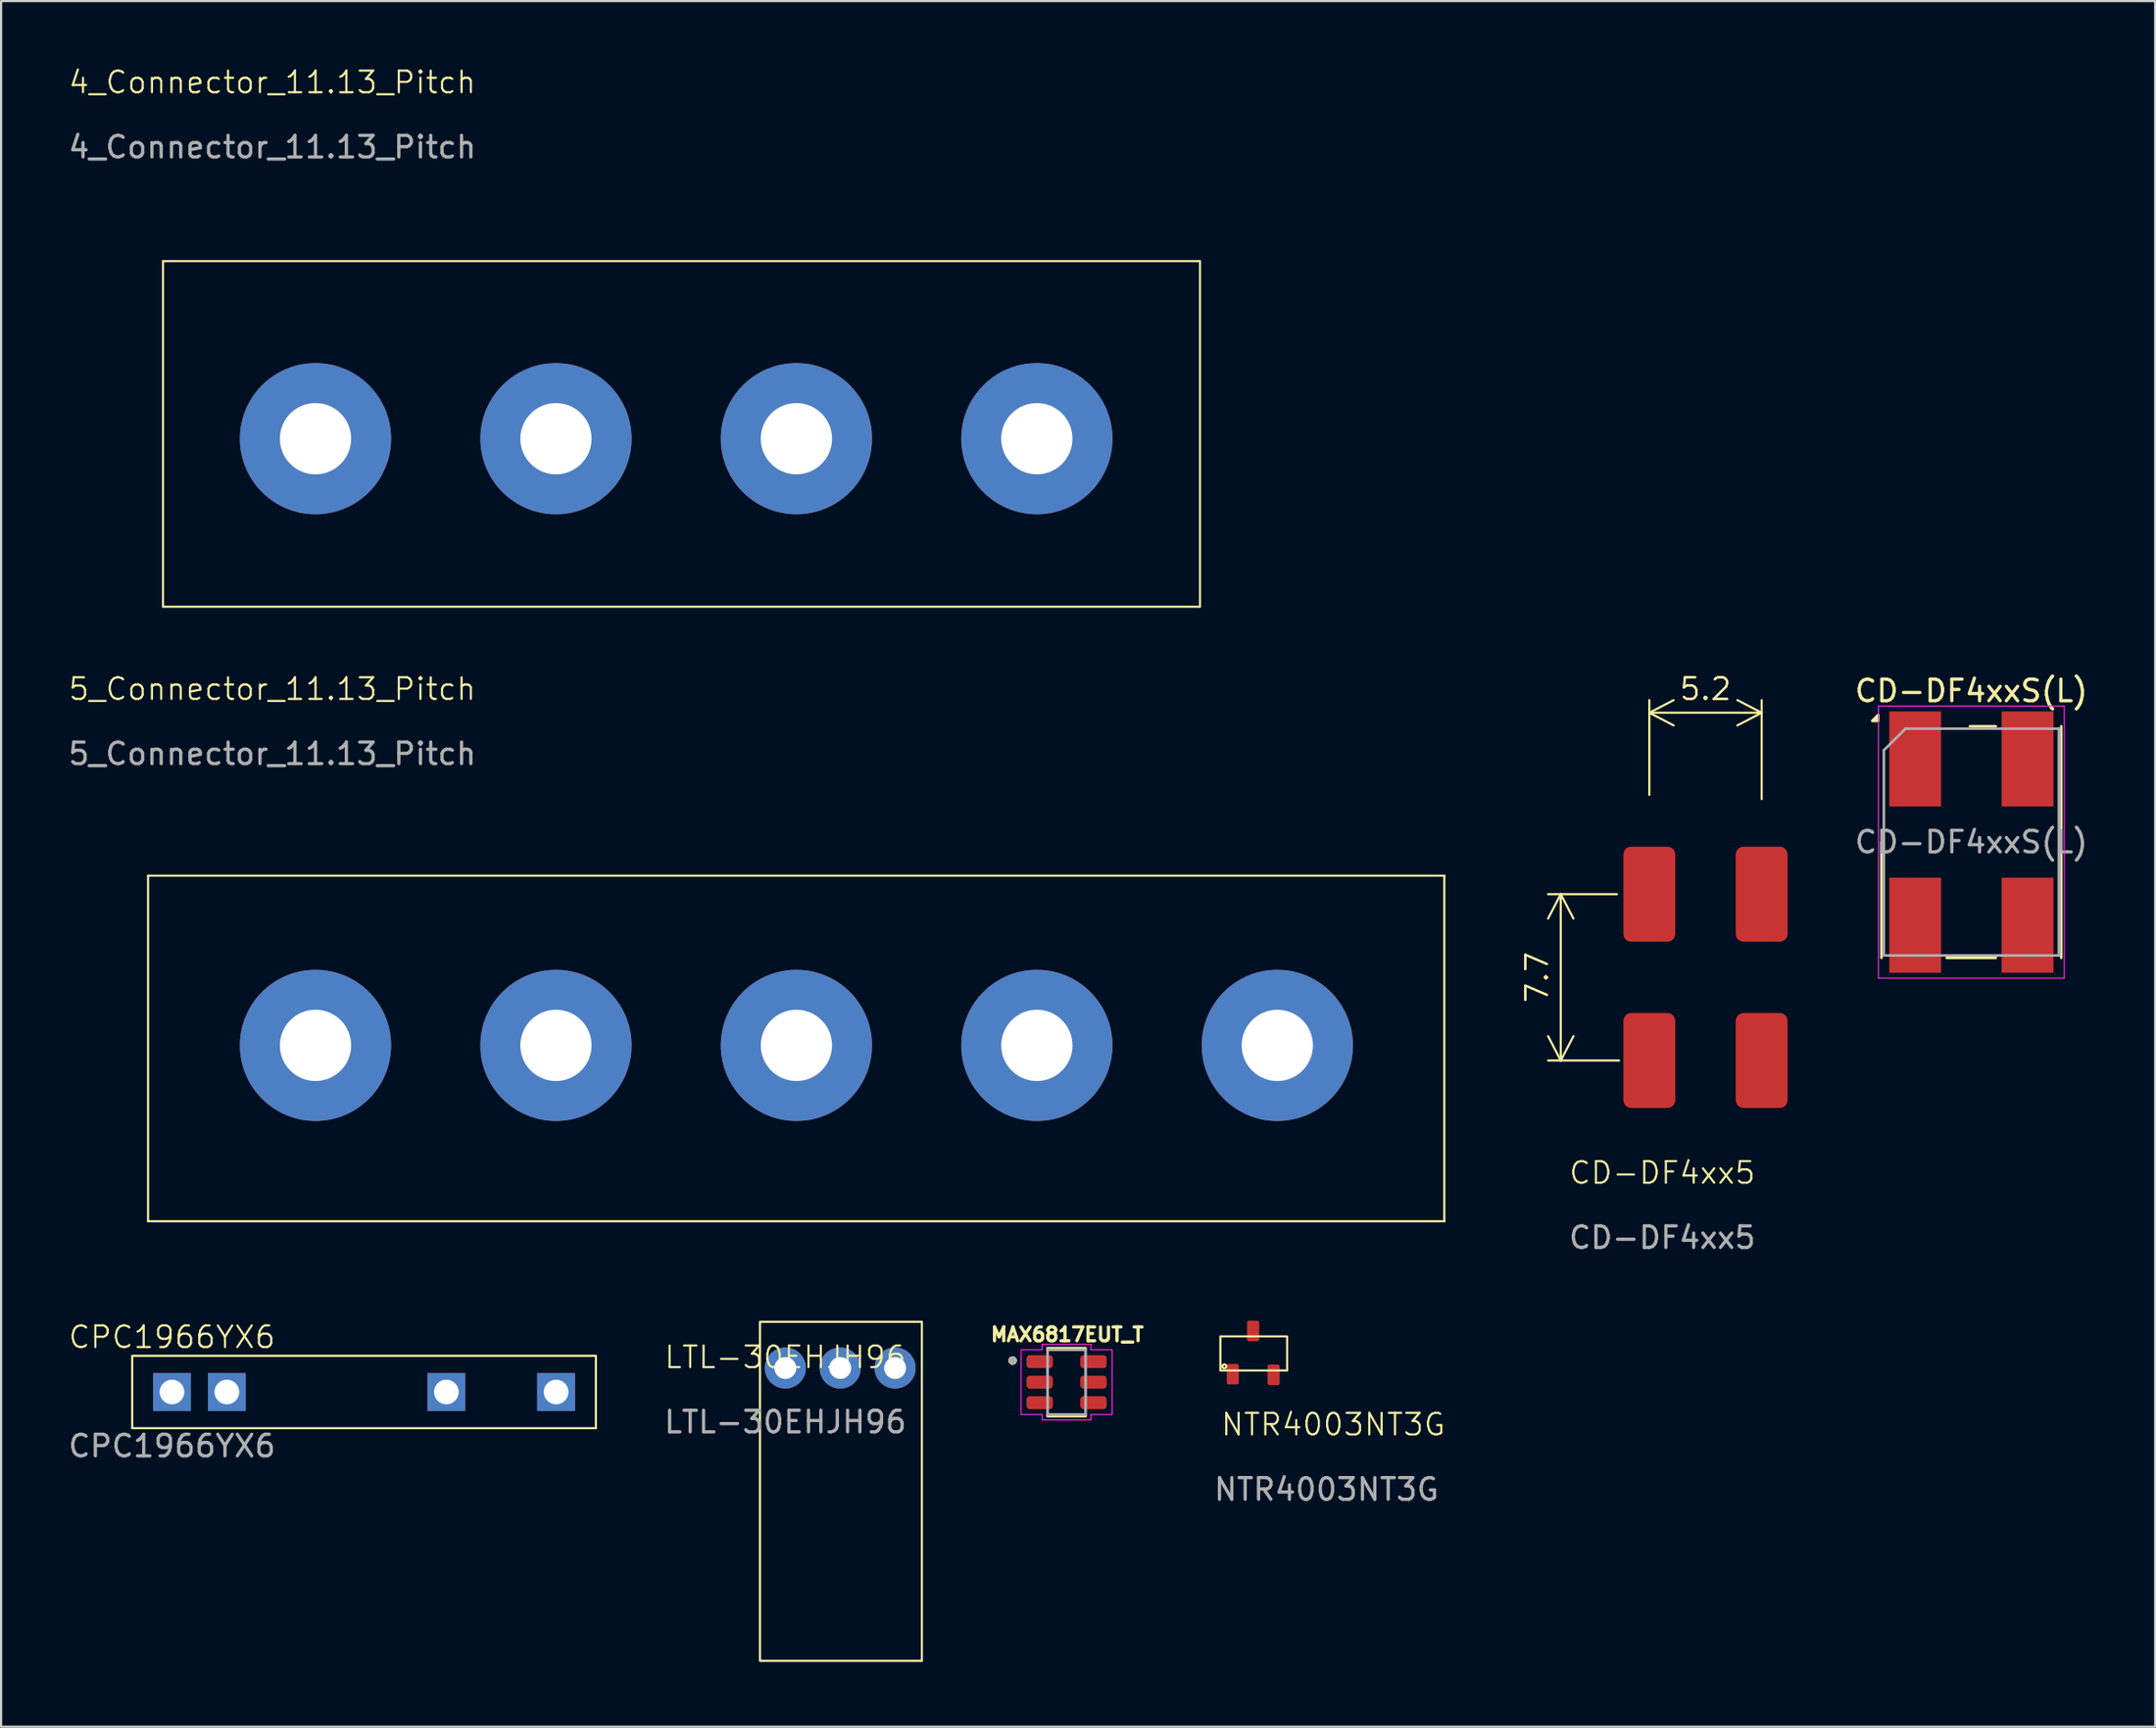
<source format=kicad_pcb>
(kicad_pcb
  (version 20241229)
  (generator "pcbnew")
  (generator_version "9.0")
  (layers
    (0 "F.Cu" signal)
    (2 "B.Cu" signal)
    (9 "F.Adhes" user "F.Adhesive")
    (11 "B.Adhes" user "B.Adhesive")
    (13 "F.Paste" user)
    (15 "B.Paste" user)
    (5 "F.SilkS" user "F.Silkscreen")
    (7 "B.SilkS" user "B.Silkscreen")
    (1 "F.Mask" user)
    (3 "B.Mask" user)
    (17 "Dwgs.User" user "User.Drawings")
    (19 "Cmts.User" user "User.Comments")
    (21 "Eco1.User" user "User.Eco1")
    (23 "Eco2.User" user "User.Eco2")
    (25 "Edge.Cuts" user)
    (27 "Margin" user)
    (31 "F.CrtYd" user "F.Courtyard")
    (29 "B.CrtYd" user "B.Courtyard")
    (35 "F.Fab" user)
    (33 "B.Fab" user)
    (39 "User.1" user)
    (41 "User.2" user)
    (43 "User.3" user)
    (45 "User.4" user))
  (footprint "MAX6817EUT_T"
    (layer "F.Cu")
    (at 46.32 60.942)
    (property "Reference" "MAX6817EUT_T" (at 0.032 -2.206 0) (layer "F.SilkS") (effects (font (size 0.64 0.64) (thickness 0.15))))
    (attr smd)
    (fp_line (start -0.88 -1.57) (end 0.88 -1.57) (stroke (width 0.127) (type solid)) (layer "F.SilkS"))
    (fp_line (start -0.88 1.57) (end 0.88 1.57) (stroke (width 0.127) (type solid)) (layer "F.SilkS"))
    (fp_circle (center -2.5 -1) (end -2.4 -1) (stroke (width 0.2) (type solid)) (fill no) (layer "F.SilkS"))
    (fp_line (start -2.11 -1.5) (end -2.11 1.5) (stroke (width 0.05) (type solid)) (layer "F.CrtYd"))
    (fp_line (start -2.11 -1.5) (end -1.13 -1.5) (stroke (width 0.05) (type solid)) (layer "F.CrtYd"))
    (fp_line (start -1.13 -1.75) (end 1.13 -1.75) (stroke (width 0.05) (type solid)) (layer "F.CrtYd"))
    (fp_line (start -1.13 -1.5) (end -1.13 -1.75) (stroke (width 0.05) (type solid)) (layer "F.CrtYd"))
    (fp_line (start -1.13 1.5) (end -2.11 1.5) (stroke (width 0.05) (type solid)) (layer "F.CrtYd"))
    (fp_line (start -1.13 1.75) (end -1.13 1.5) (stroke (width 0.05) (type solid)) (layer "F.CrtYd"))
    (fp_line (start 1.13 -1.75) (end 1.13 -1.5) (stroke (width 0.05) (type solid)) (layer "F.CrtYd"))
    (fp_line (start 1.13 -1.5) (end 2.11 -1.5) (stroke (width 0.05) (type solid)) (layer "F.CrtYd"))
    (fp_line (start 1.13 1.5) (end 1.13 1.75) (stroke (width 0.05) (type solid)) (layer "F.CrtYd"))
    (fp_line (start 1.13 1.75) (end -1.13 1.75) (stroke (width 0.05) (type solid)) (layer "F.CrtYd"))
    (fp_line (start 2.11 1.5) (end 1.13 1.5) (stroke (width 0.05) (type solid)) (layer "F.CrtYd"))
    (fp_line (start 2.11 1.5) (end 2.11 -1.5) (stroke (width 0.05) (type solid)) (layer "F.CrtYd"))
    (fp_line (start -0.88 -1.5) (end 0.88 -1.5) (stroke (width 0.127) (type solid)) (layer "F.Fab"))
    (fp_line (start -0.88 1.5) (end -0.88 -1.5) (stroke (width 0.127) (type solid)) (layer "F.Fab"))
    (fp_line (start 0.88 -1.5) (end 0.88 1.5) (stroke (width 0.127) (type solid)) (layer "F.Fab"))
    (fp_line (start 0.88 1.5) (end -0.88 1.5) (stroke (width 0.127) (type solid)) (layer "F.Fab"))
    (fp_circle (center -2.5 -1) (end -2.4 -1) (stroke (width 0.2) (type solid)) (fill no) (layer "F.Fab"))
    (pad "1" smd roundrect (at -1.245 -0.95) (size 1.22 0.6) (layers "F.Cu" "F.Mask" "F.Paste") (roundrect_rratio 0.25))
    (pad "2" smd roundrect (at -1.245 0) (size 1.22 0.6) (layers "F.Cu" "F.Mask" "F.Paste") (roundrect_rratio 0.25))
    (pad "3" smd roundrect (at -1.245 0.95) (size 1.22 0.6) (layers "F.Cu" "F.Mask" "F.Paste") (roundrect_rratio 0.25))
    (pad "4" smd roundrect (at 1.245 0.95) (size 1.22 0.6) (layers "F.Cu" "F.Mask" "F.Paste") (roundrect_rratio 0.25))
    (pad "5" smd roundrect (at 1.245 0) (size 1.22 0.6) (layers "F.Cu" "F.Mask" "F.Paste") (roundrect_rratio 0.25))
    (pad "6" smd roundrect (at 1.245 -0.95) (size 1.22 0.6) (layers "F.Cu" "F.Mask" "F.Paste") (roundrect_rratio 0.25)))
  (footprint "LTL-30EHJH96"
    (layer "F.Cu")
    (at 33.302 60.287)
    (property "Reference" "LTL-30EHJH96" (at 0 -0.5 0) (unlocked yes) (layer "F.SilkS") (effects (font (size 1 1) (thickness 0.1))))
    (attr smd)
    (fp_rect (start -1.174 -2.139) (end 6.319 13.558) (stroke (width 0.1) (type solid)) (fill no) (layer "F.SilkS"))
    (fp_text user "${REFERENCE}" (at 0 2.5 0) (unlocked yes) (layer "F.Fab") (effects (font (size 1 1) (thickness 0.15))))
    (pad "1" thru_hole circle (at 0 0) (size 1.905 1.905) (drill 1.016) (layers "*.Cu" "*.Mask"))
    (pad "2" thru_hole circle (at 2.54 0) (size 1.905 1.905) (drill 1.016) (layers "*.Cu" "*.Mask"))
    (pad "3" thru_hole circle (at 5.08 0) (size 1.905 1.905) (drill 1.016) (layers "*.Cu" "*.Mask")))
  (footprint "4_Connector_11.13_Pitch"
    (layer "F.Cu")
    (at 11.554 17.261)
    (property "Reference" "4_Connector_11.13_Pitch" (at -2 -16.5 0) (unlocked yes) (layer "F.SilkS") (effects (font (size 1 1) (thickness 0.1))))
    (attr smd)
    (fp_line (start -7.059 -8.221) (end -7.059 7.779) (stroke (width 0.1) (type default)) (layer "F.SilkS"))
    (fp_line (start -7.059 7.779) (end 40.941 7.779) (stroke (width 0.1) (type default)) (layer "F.SilkS"))
    (fp_line (start 40.941 -8.221) (end -7.059 -8.221) (stroke (width 0.1) (type default)) (layer "F.SilkS"))
    (fp_line (start 40.941 -8.221) (end 40.941 7.779) (stroke (width 0.1) (type default)) (layer "F.SilkS"))
    (fp_text user "${REFERENCE}" (at -2 -13.5 0) (unlocked yes) (layer "F.Fab") (effects (font (size 1 1) (thickness 0.15))))
    (pad "1" thru_hole circle (at 0 0) (size 7 7) (drill 3.3) (layers "*.Cu" "*.Mask"))
    (pad "2" thru_hole circle (at 11.13 0) (size 7 7) (drill 3.3) (layers "*.Cu" "*.Mask"))
    (pad "3" thru_hole circle (at 22.26 0) (size 7 7) (drill 3.3) (layers "*.Cu" "*.Mask"))
    (pad "4" thru_hole circle (at 33.39 0) (size 7 7) (drill 3.3) (layers "*.Cu" "*.Mask")))
  (footprint "CPC1966YX6"
    (layer "F.Cu")
    (at 4.911 61.398)
    (property "Reference" "CPC1966YX6" (at 0 -2.54 0) (unlocked yes) (layer "F.SilkS") (effects (font (size 1 1) (thickness 0.1))))
    (attr smd)
    (fp_rect (start -1.841 -1.676) (end 19.622 1.676) (stroke (width 0.1) (type solid)) (fill no) (layer "F.SilkS"))
    (fp_text user "${REFERENCE}" (at 0 2.5 0) (unlocked yes) (layer "F.Fab") (effects (font (size 1 1) (thickness 0.15))))
    (pad "1" thru_hole rect (at 0 0) (size 1.753 1.753) (drill 1.143) (layers "*.Cu" "*.Mask"))
    (pad "2" thru_hole rect (at 2.54 0) (size 1.753 1.753) (drill 1.143) (layers "*.Cu" "*.Mask"))
    (pad "3" thru_hole rect (at 12.7 0) (size 1.753 1.753) (drill 1.143) (layers "*.Cu" "*.Mask"))
    (pad "4" thru_hole rect (at 17.78 0) (size 1.753 1.753) (drill 1.143) (layers "*.Cu" "*.Mask")))
  (footprint "CD-DF4xx5"
    (layer "F.Cu")
    (at 73.294 46.05)
    (property "Reference" "CD-DF4xx5" (at 0.6 5.2 0) (unlocked yes) (layer "F.SilkS") (effects (font (size 1 1) (thickness 0.1))))
    (attr smd)
    (fp_text user "${REFERENCE}" (at 0.6 8.2 0) (unlocked yes) (layer "F.Fab") (effects (font (size 1 1) (thickness 0.15))))
    (dimension (type orthogonal) (layer "F.SilkS") (pts (xy 78.494 34.45) (xy 73.294 34.25)) (height -4.5) (orientation 0) (format (prefix "") (suffix "") (units 3) (units_format 0) (precision 4) (suppress_zeroes yes)) (style (thickness 0.1) (arrow_length 1.27) (text_position_mode 0) (arrow_direction outward) (extension_height 0.586) (extension_offset 0.5) (keep_text_aligned yes)) (gr_text "5.2" (at 75.894 28.85 0) (layer "F.SilkS") (effects (font (size 1 1) (thickness 0.1)))))
    (dimension (type orthogonal) (layer "F.SilkS") (pts (xy 72.394 46.05) (xy 72.294 38.35)) (height -3.2) (orientation 1) (format (prefix "") (suffix "") (units 3) (units_format 0) (precision 4) (suppress_zeroes yes)) (style (thickness 0.1) (arrow_length 1.27) (text_position_mode 0) (arrow_direction outward) (extension_height 0.586) (extension_offset 0.5) (keep_text_aligned yes)) (gr_text "7.7" (at 68.094 42.2 90) (layer "F.SilkS") (effects (font (size 1 1) (thickness 0.1)))))
    (pad "1" smd roundrect (at 0 -7.7) (size 2.4 4.4) (layers "F.Cu" "F.Mask" "F.Paste") (roundrect_rratio 0.15))
    (pad "2" smd roundrect (at 5.2 -7.7) (size 2.4 4.4) (layers "F.Cu" "F.Mask" "F.Paste") (roundrect_rratio 0.15))
    (pad "3" smd roundrect (at 5.2 0) (size 2.4 4.4) (layers "F.Cu" "F.Mask" "F.Paste") (roundrect_rratio 0.15))
    (pad "4" smd roundrect (at 0 0) (size 2.4 4.4) (layers "F.Cu" "F.Mask" "F.Paste") (roundrect_rratio 0.15)))
  (footprint "5_Connector_11.13_Pitch"
    (layer "F.Cu")
    (at 11.554 45.35)
    (property "Reference" "5_Connector_11.13_Pitch" (at -2 -16.5 0) (unlocked yes) (layer "F.SilkS") (effects (font (size 1 1) (thickness 0.1))))
    (attr smd)
    (fp_line (start -7.75 -7.857) (end -7.75 8.143) (stroke (width 0.1) (type default)) (layer "F.SilkS"))
    (fp_line (start -7.75 8.143) (end 52.25 8.143) (stroke (width 0.1) (type default)) (layer "F.SilkS"))
    (fp_line (start 52.25 -7.857) (end -7.75 -7.857) (stroke (width 0.1) (type default)) (layer "F.SilkS"))
    (fp_line (start 52.25 8.143) (end 52.25 -7.857) (stroke (width 0.1) (type default)) (layer "F.SilkS"))
    (fp_text user "${REFERENCE}" (at -2 -13.5 0) (unlocked yes) (layer "F.Fab") (effects (font (size 1 1) (thickness 0.15))))
    (pad "1" thru_hole circle (at 0 0) (size 7 7) (drill 3.3) (layers "*.Cu" "*.Mask"))
    (pad "2" thru_hole circle (at 11.13 0) (size 7 7) (drill 3.3) (layers "*.Cu" "*.Mask"))
    (pad "3" thru_hole circle (at 22.26 0) (size 7 7) (drill 3.3) (layers "*.Cu" "*.Mask"))
    (pad "4" thru_hole circle (at 33.39 0) (size 7 7) (drill 3.3) (layers "*.Cu" "*.Mask"))
    (pad "5" thru_hole circle (at 44.52 0) (size 7 7) (drill 3.3) (layers "*.Cu" "*.Mask")))
  (footprint "CD-DF4xxS(L)"
    (layer "F.Cu")
    (at 88.2 35.937)
    (property "Reference" "CD-DF4xxS(L)" (at 0 -7 0) (layer "F.SilkS") (effects (font (size 1 1) (thickness 0.15))))
    (attr smd)
    (fp_line (start -4.16 0) (end -4.16 5.36) (stroke (width 0.12) (type solid)) (layer "F.SilkS"))
    (fp_line (start -1.14 5.36) (end 1.13 5.36) (stroke (width 0.12) (type solid)) (layer "F.SilkS"))
    (fp_line (start -0.07 -5.36) (end 1.13 -5.36) (stroke (width 0.12) (type solid)) (layer "F.SilkS"))
    (fp_line (start 4.16 -5.36) (end 4.16 5.36) (stroke (width 0.12) (type solid)) (layer "F.SilkS"))
    (fp_poly (pts (xy -4.31 -5.61) (xy -4.59 -5.61) (xy -4.31 -5.89) (xy -4.31 -5.61)) (stroke (width 0.12) (type solid)) (fill yes) (layer "F.SilkS"))
    (fp_line (start -4.3 -6.3) (end -4.3 6.3) (stroke (width 0.05) (type solid)) (layer "F.CrtYd"))
    (fp_line (start -4.3 -6.3) (end 4.3 -6.3) (stroke (width 0.05) (type solid)) (layer "F.CrtYd"))
    (fp_line (start 4.3 6.3) (end -4.3 6.3) (stroke (width 0.05) (type solid)) (layer "F.CrtYd"))
    (fp_line (start 4.3 6.3) (end 4.3 -6.3) (stroke (width 0.05) (type solid)) (layer "F.CrtYd"))
    (fp_line (start -4.05 -4.25) (end -3.05 -5.25) (stroke (width 0.12) (type solid)) (layer "F.Fab"))
    (fp_line (start -4.05 5.25) (end -4.05 -4.25) (stroke (width 0.12) (type solid)) (layer "F.Fab"))
    (fp_line (start -3.05 -5.25) (end 4.05 -5.25) (stroke (width 0.12) (type solid)) (layer "F.Fab"))
    (fp_line (start 4.05 -5.25) (end 4.05 5.25) (stroke (width 0.12) (type solid)) (layer "F.Fab"))
    (fp_line (start 4.05 5.25) (end -4.05 5.25) (stroke (width 0.12) (type solid)) (layer "F.Fab"))
    (fp_text user "${REFERENCE}" (at 0 0 0) (layer "F.Fab") (effects (font (size 1 1) (thickness 0.15))))
    (pad "1" smd rect (at 2.6 -3.85) (size 2.4 4.4) (layers "F.Cu" "F.Mask" "F.Paste"))
    (pad "2" smd rect (at 2.6 3.85) (size 2.4 4.4) (layers "F.Cu" "F.Mask" "F.Paste"))
    (pad "3" smd rect (at -2.6 3.85) (size 2.4 4.4) (layers "F.Cu" "F.Mask" "F.Paste"))
    (pad "4" smd rect (at -2.6 -3.85) (size 2.4 4.4) (layers "F.Cu" "F.Mask" "F.Paste")))
  (footprint "NTR4003NT3G"
    (layer "F.Cu")
    (at 53.714 61.063)
    (property "Reference" "NTR4003NT3G" (at 4.95 1.84 0) (unlocked yes) (layer "F.SilkS") (effects (font (size 1 1) (thickness 0.1))))
    (attr smd)
    (fp_rect (start -0.275 -2.24) (end 2.815 -0.66) (stroke (width 0.1) (type default)) (fill no) (layer "F.SilkS"))
    (fp_circle (center -0.09 -0.85) (end -0.1 -0.89) (stroke (width 0.1) (type default)) (fill no) (layer "F.SilkS"))
    (fp_text user "${REFERENCE}" (at 4.635 4.845 0) (unlocked yes) (layer "F.Fab") (effects (font (size 1 1) (thickness 0.15))))
    (pad "1" smd roundrect (at 0.3 -0.49 180) (size 0.56 0.95) (layers "F.Cu" "F.Mask" "F.Paste") (roundrect_rratio 0.15))
    (pad "2" smd roundrect (at 2.19 -0.46 180) (size 0.56 0.95) (layers "F.Cu" "F.Mask" "F.Paste") (roundrect_rratio 0.15))
    (pad "3" smd roundrect (at 1.24 -2.49 180) (size 0.56 0.95) (layers "F.Cu" "F.Mask" "F.Paste") (roundrect_rratio 0.15)))
  (gr_rect
    (start -3 -3)
    (end 96.706 76.895)
    (stroke (width 0.1) (type default))
    (fill no)
    (layer "Edge.Cuts")))
</source>
